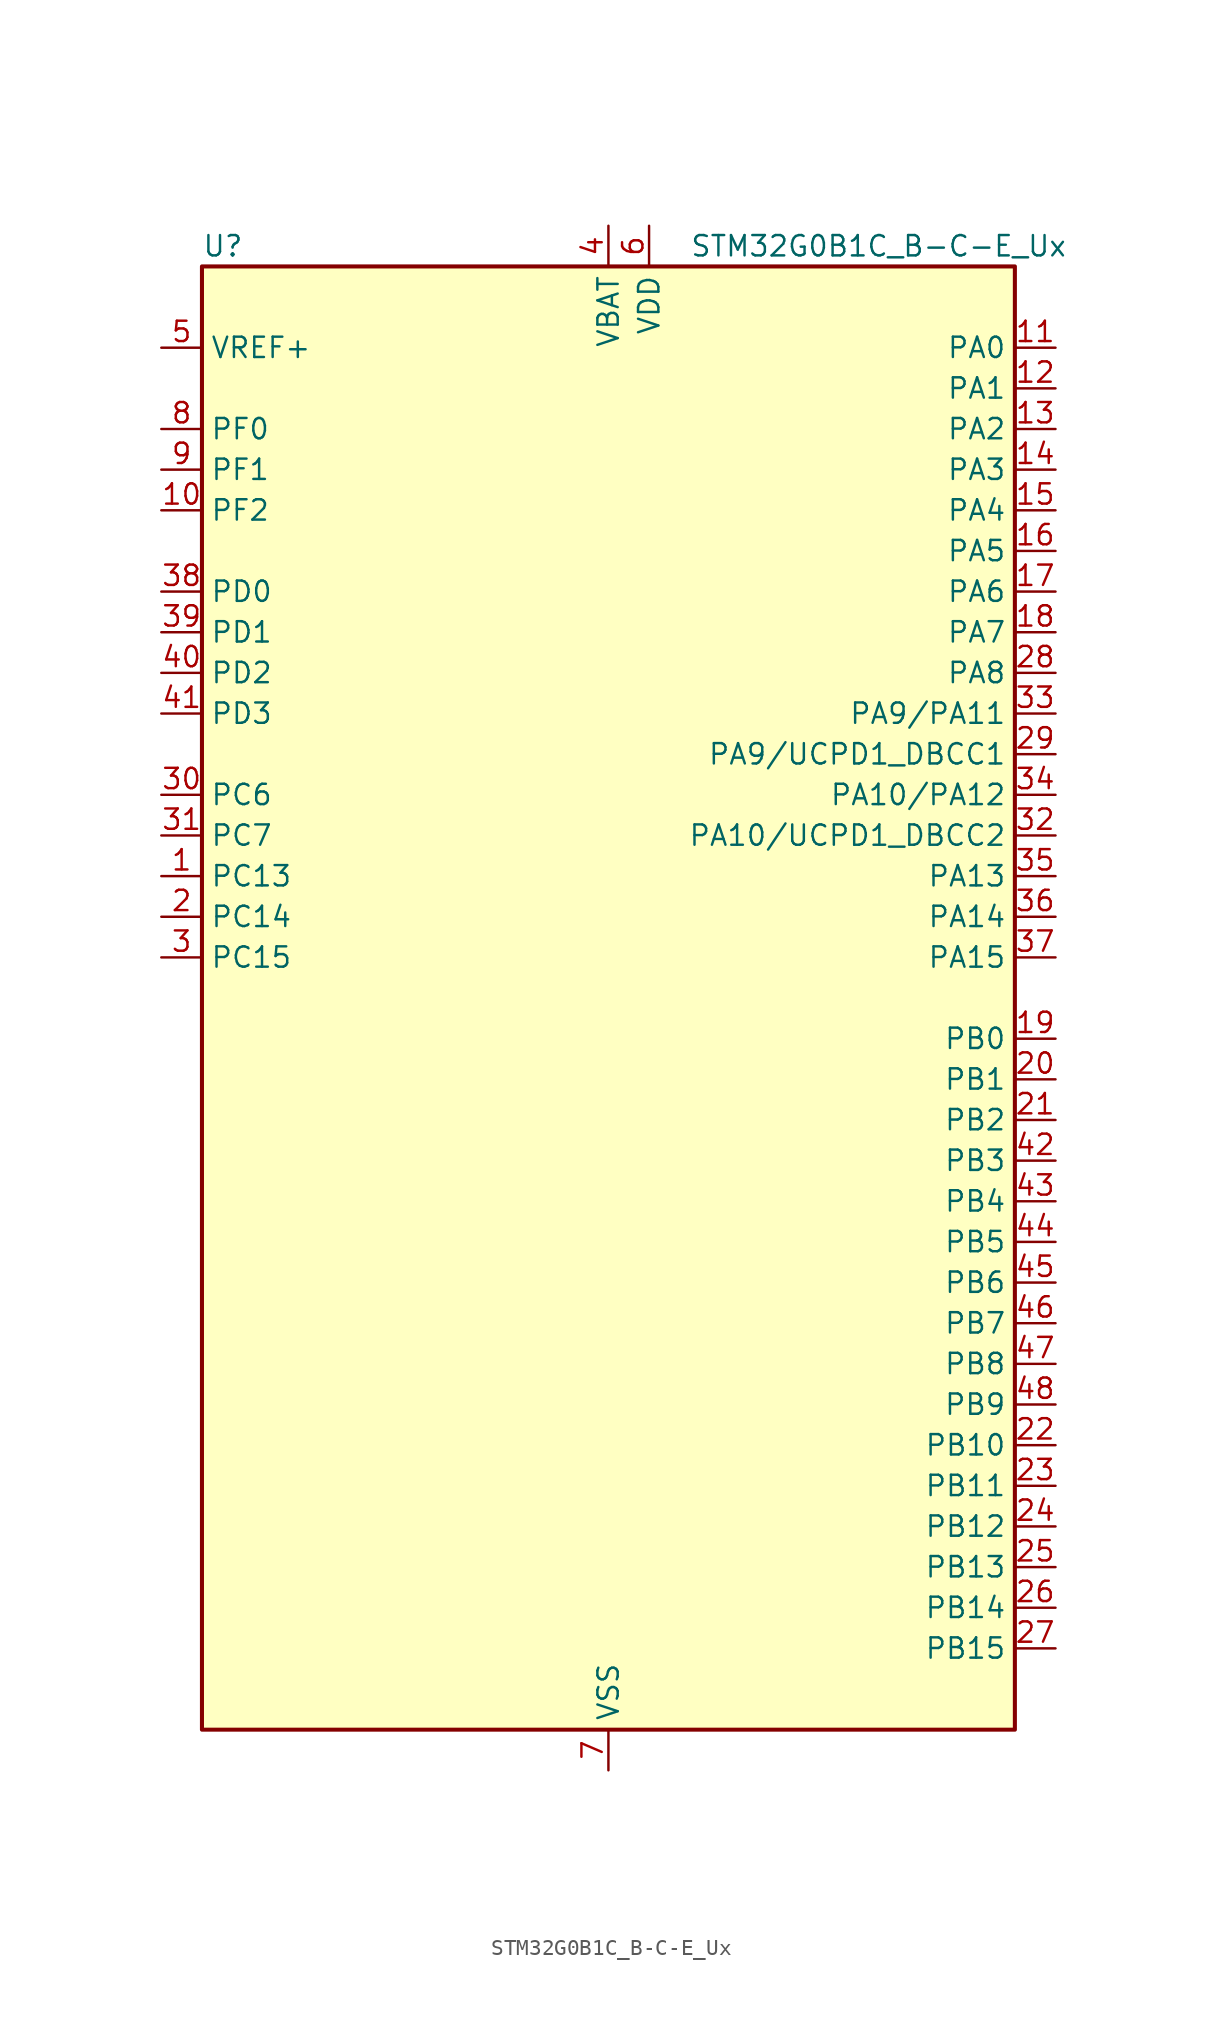
<source format=kicad_sym>
(kicad_symbol_lib
  (version 20231120)
  (generator "kicad-library-utils")
  (generator_version "8.0")
  (symbol "STM32G0B1C_B-C-E_Ux"
    (property "Reference" "U"
      (at -25.4 46.99 0)
      (effects (font (size 1.27 1.27)) (justify left)))
    (property "Value" "STM32G0B1C_B-C-E_Ux"
      (at 5.08 46.99 0)
      (effects (font (size 1.27 1.27)) (justify left)))
    (symbol "STM32G0B1C_B-C-E_Ux_0_1"
      (rectangle (start -25.4 -45.72) (end 25.4 45.72) (stroke (width 0.254) (type default)) (fill (type background))))
    (symbol "STM32G0B1C_B-C-E_Ux_1_1"
      (pin bidirectional line (at -27.94 7.62 0) (length 2.54) (name "PC13" (effects (font (size 1.27 1.27)))) (number "1" (effects (font (size 1.27 1.27)))) (alternate "RTC_OUT1" bidirectional line) (alternate "RTC_TAMP_IN1" bidirectional line) (alternate "RTC_TS" bidirectional line) (alternate "SYS_WKUP2" bidirectional line) (alternate "TIM1_BK" bidirectional line))
      (pin bidirectional line (at -27.94 30.48 0) (length 2.54) (name "PF2" (effects (font (size 1.27 1.27)))) (number "10" (effects (font (size 1.27 1.27)))) (alternate "LPUART2_DE" bidirectional line) (alternate "LPUART2_RTS" bidirectional line) (alternate "LPUART2_TX" bidirectional line) (alternate "RCC_MCO" bidirectional line))
      (pin bidirectional line (at 27.94 40.64 180) (length 2.54) (name "PA0" (effects (font (size 1.27 1.27)))) (number "11" (effects (font (size 1.27 1.27)))) (alternate "ADC1_IN0" bidirectional line) (alternate "COMP1_INM" bidirectional line) (alternate "COMP1_OUT" bidirectional line) (alternate "I2S2_CK" bidirectional line) (alternate "LPTIM1_OUT" bidirectional line) (alternate "RTC_TAMP_IN2" bidirectional line) (alternate "SPI2_SCK" bidirectional line) (alternate "SYS_WKUP1" bidirectional line) (alternate "TIM2_CH1" bidirectional line) (alternate "TIM2_ETR" bidirectional line) (alternate "UCPD2_FRSTX1" bidirectional line) (alternate "UCPD2_FRSTX2" bidirectional line) (alternate "USART2_CTS" bidirectional line) (alternate "USART2_NSS" bidirectional line) (alternate "USART4_TX" bidirectional line))
      (pin bidirectional line (at 27.94 38.1 180) (length 2.54) (name "PA1" (effects (font (size 1.27 1.27)))) (number "12" (effects (font (size 1.27 1.27)))) (alternate "ADC1_IN1" bidirectional line) (alternate "COMP1_INP" bidirectional line) (alternate "I2C1_SMBA" bidirectional line) (alternate "I2S1_CK" bidirectional line) (alternate "SPI1_SCK" bidirectional line) (alternate "TIM15_CH1N" bidirectional line) (alternate "TIM2_CH2" bidirectional line) (alternate "USART2_CK" bidirectional line) (alternate "USART2_DE" bidirectional line) (alternate "USART2_RTS" bidirectional line) (alternate "USART4_RX" bidirectional line))
      (pin bidirectional line (at 27.94 35.56 180) (length 2.54) (name "PA2" (effects (font (size 1.27 1.27)))) (number "13" (effects (font (size 1.27 1.27)))) (alternate "ADC1_IN2" bidirectional line) (alternate "COMP2_INM" bidirectional line) (alternate "COMP2_OUT" bidirectional line) (alternate "I2S1_SD" bidirectional line) (alternate "LPUART1_TX" bidirectional line) (alternate "RCC_LSCO" bidirectional line) (alternate "SPI1_MOSI" bidirectional line) (alternate "SYS_WKUP4" bidirectional line) (alternate "TIM15_CH1" bidirectional line) (alternate "TIM2_CH3" bidirectional line) (alternate "UCPD1_FRSTX1" bidirectional line) (alternate "UCPD1_FRSTX2" bidirectional line) (alternate "USART2_TX" bidirectional line))
      (pin bidirectional line (at 27.94 33.02 180) (length 2.54) (name "PA3" (effects (font (size 1.27 1.27)))) (number "14" (effects (font (size 1.27 1.27)))) (alternate "ADC1_IN3" bidirectional line) (alternate "COMP2_INP" bidirectional line) (alternate "I2S2_MCK" bidirectional line) (alternate "LPUART1_RX" bidirectional line) (alternate "SPI2_MISO" bidirectional line) (alternate "TIM15_CH2" bidirectional line) (alternate "TIM2_CH4" bidirectional line) (alternate "UCPD2_FRSTX1" bidirectional line) (alternate "UCPD2_FRSTX2" bidirectional line) (alternate "USART2_RX" bidirectional line))
      (pin bidirectional line (at 27.94 30.48 180) (length 2.54) (name "PA4" (effects (font (size 1.27 1.27)))) (number "15" (effects (font (size 1.27 1.27)))) (alternate "ADC1_IN4" bidirectional line) (alternate "DAC1_OUT1" bidirectional line) (alternate "I2S1_WS" bidirectional line) (alternate "I2S2_SD" bidirectional line) (alternate "LPTIM2_OUT" bidirectional line) (alternate "RTC_OUT2" bidirectional line) (alternate "SPI1_NSS" bidirectional line) (alternate "SPI2_MOSI" bidirectional line) (alternate "SPI3_NSS" bidirectional line) (alternate "TIM14_CH1" bidirectional line) (alternate "UCPD2_FRSTX1" bidirectional line) (alternate "UCPD2_FRSTX2" bidirectional line) (alternate "USART6_TX" bidirectional line) (alternate "USB_NOE" bidirectional line))
      (pin bidirectional line (at 27.94 27.94 180) (length 2.54) (name "PA5" (effects (font (size 1.27 1.27)))) (number "16" (effects (font (size 1.27 1.27)))) (alternate "ADC1_IN5" bidirectional line) (alternate "CEC" bidirectional line) (alternate "DAC1_OUT2" bidirectional line) (alternate "I2S1_CK" bidirectional line) (alternate "LPTIM2_ETR" bidirectional line) (alternate "SPI1_SCK" bidirectional line) (alternate "TIM2_CH1" bidirectional line) (alternate "TIM2_ETR" bidirectional line) (alternate "UCPD1_FRSTX1" bidirectional line) (alternate "UCPD1_FRSTX2" bidirectional line) (alternate "USART3_TX" bidirectional line) (alternate "USART6_RX" bidirectional line))
      (pin bidirectional line (at 27.94 25.4 180) (length 2.54) (name "PA6" (effects (font (size 1.27 1.27)))) (number "17" (effects (font (size 1.27 1.27)))) (alternate "ADC1_IN6" bidirectional line) (alternate "COMP1_OUT" bidirectional line) (alternate "I2C2_SDA" bidirectional line) (alternate "I2C3_SDA" bidirectional line) (alternate "I2S1_MCK" bidirectional line) (alternate "LPUART1_CTS" bidirectional line) (alternate "SPI1_MISO" bidirectional line) (alternate "TIM16_CH1" bidirectional line) (alternate "TIM1_BK" bidirectional line) (alternate "TIM3_CH1" bidirectional line) (alternate "USART3_CTS" bidirectional line) (alternate "USART3_NSS" bidirectional line) (alternate "USART6_CTS" bidirectional line) (alternate "USART6_NSS" bidirectional line))
      (pin bidirectional line (at 27.94 22.86 180) (length 2.54) (name "PA7" (effects (font (size 1.27 1.27)))) (number "18" (effects (font (size 1.27 1.27)))) (alternate "ADC1_IN7" bidirectional line) (alternate "COMP2_OUT" bidirectional line) (alternate "I2C2_SCL" bidirectional line) (alternate "I2C3_SCL" bidirectional line) (alternate "I2S1_SD" bidirectional line) (alternate "SPI1_MOSI" bidirectional line) (alternate "TIM14_CH1" bidirectional line) (alternate "TIM17_CH1" bidirectional line) (alternate "TIM1_CH1N" bidirectional line) (alternate "TIM3_CH2" bidirectional line) (alternate "UCPD1_FRSTX1" bidirectional line) (alternate "UCPD1_FRSTX2" bidirectional line) (alternate "USART6_CK" bidirectional line) (alternate "USART6_DE" bidirectional line) (alternate "USART6_RTS" bidirectional line))
      (pin bidirectional line (at 27.94 -2.54 180) (length 2.54) (name "PB0" (effects (font (size 1.27 1.27)))) (number "19" (effects (font (size 1.27 1.27)))) (alternate "ADC1_IN8" bidirectional line) (alternate "COMP1_OUT" bidirectional line) (alternate "COMP3_INP" bidirectional line) (alternate "FDCAN2_RX" bidirectional line) (alternate "I2S1_WS" bidirectional line) (alternate "LPTIM1_OUT" bidirectional line) (alternate "LPUART2_CTS" bidirectional line) (alternate "SPI1_NSS" bidirectional line) (alternate "TIM1_CH2N" bidirectional line) (alternate "TIM3_CH3" bidirectional line) (alternate "UCPD1_FRSTX1" bidirectional line) (alternate "UCPD1_FRSTX2" bidirectional line) (alternate "USART3_RX" bidirectional line) (alternate "USART5_TX" bidirectional line))
      (pin bidirectional line (at -27.94 5.08 0) (length 2.54) (name "PC14" (effects (font (size 1.27 1.27)))) (number "2" (effects (font (size 1.27 1.27)))) (alternate "RCC_OSC32_IN" bidirectional line) (alternate "TIM1_BK2" bidirectional line))
      (pin bidirectional line (at 27.94 -5.08 180) (length 2.54) (name "PB1" (effects (font (size 1.27 1.27)))) (number "20" (effects (font (size 1.27 1.27)))) (alternate "ADC1_IN9" bidirectional line) (alternate "COMP1_INM" bidirectional line) (alternate "COMP3_OUT" bidirectional line) (alternate "FDCAN2_TX" bidirectional line) (alternate "LPTIM2_IN1" bidirectional line) (alternate "LPUART1_DE" bidirectional line) (alternate "LPUART1_RTS" bidirectional line) (alternate "LPUART2_DE" bidirectional line) (alternate "LPUART2_RTS" bidirectional line) (alternate "TIM14_CH1" bidirectional line) (alternate "TIM1_CH3N" bidirectional line) (alternate "TIM3_CH4" bidirectional line) (alternate "USART3_CK" bidirectional line) (alternate "USART3_DE" bidirectional line) (alternate "USART3_RTS" bidirectional line) (alternate "USART5_RX" bidirectional line))
      (pin bidirectional line (at 27.94 -7.62 180) (length 2.54) (name "PB2" (effects (font (size 1.27 1.27)))) (number "21" (effects (font (size 1.27 1.27)))) (alternate "ADC1_IN10" bidirectional line) (alternate "COMP1_INP" bidirectional line) (alternate "COMP3_INM" bidirectional line) (alternate "I2S2_MCK" bidirectional line) (alternate "LPTIM1_OUT" bidirectional line) (alternate "RCC_MCO_2" bidirectional line) (alternate "SPI2_MISO" bidirectional line) (alternate "USART3_TX" bidirectional line))
      (pin bidirectional line (at 27.94 -27.94 180) (length 2.54) (name "PB10" (effects (font (size 1.27 1.27)))) (number "22" (effects (font (size 1.27 1.27)))) (alternate "ADC1_IN11" bidirectional line) (alternate "CEC" bidirectional line) (alternate "COMP1_OUT" bidirectional line) (alternate "I2C2_SCL" bidirectional line) (alternate "I2S2_CK" bidirectional line) (alternate "LPUART1_RX" bidirectional line) (alternate "SPI2_SCK" bidirectional line) (alternate "TIM2_CH3" bidirectional line) (alternate "USART3_TX" bidirectional line))
      (pin bidirectional line (at 27.94 -30.48 180) (length 2.54) (name "PB11" (effects (font (size 1.27 1.27)))) (number "23" (effects (font (size 1.27 1.27)))) (alternate "ADC1_EXTI11" bidirectional line) (alternate "ADC1_IN15" bidirectional line) (alternate "COMP2_OUT" bidirectional line) (alternate "I2C2_SDA" bidirectional line) (alternate "I2S2_SD" bidirectional line) (alternate "LPUART1_TX" bidirectional line) (alternate "SPI2_MOSI" bidirectional line) (alternate "TIM2_CH4" bidirectional line) (alternate "USART3_RX" bidirectional line))
      (pin bidirectional line (at 27.94 -33.02 180) (length 2.54) (name "PB12" (effects (font (size 1.27 1.27)))) (number "24" (effects (font (size 1.27 1.27)))) (alternate "ADC1_IN16" bidirectional line) (alternate "FDCAN2_RX" bidirectional line) (alternate "I2C2_SMBA" bidirectional line) (alternate "I2S2_WS" bidirectional line) (alternate "LPUART1_DE" bidirectional line) (alternate "LPUART1_RTS" bidirectional line) (alternate "SPI2_NSS" bidirectional line) (alternate "TIM15_BK" bidirectional line) (alternate "TIM1_BK" bidirectional line) (alternate "UCPD2_FRSTX1" bidirectional line) (alternate "UCPD2_FRSTX2" bidirectional line))
      (pin bidirectional line (at 27.94 -35.56 180) (length 2.54) (name "PB13" (effects (font (size 1.27 1.27)))) (number "25" (effects (font (size 1.27 1.27)))) (alternate "FDCAN2_TX" bidirectional line) (alternate "I2C2_SCL" bidirectional line) (alternate "I2S2_CK" bidirectional line) (alternate "LPUART1_CTS" bidirectional line) (alternate "SPI2_SCK" bidirectional line) (alternate "TIM15_CH1N" bidirectional line) (alternate "TIM1_CH1N" bidirectional line) (alternate "USART3_CTS" bidirectional line) (alternate "USART3_NSS" bidirectional line))
      (pin bidirectional line (at 27.94 -38.1 180) (length 2.54) (name "PB14" (effects (font (size 1.27 1.27)))) (number "26" (effects (font (size 1.27 1.27)))) (alternate "I2C2_SDA" bidirectional line) (alternate "I2S2_MCK" bidirectional line) (alternate "SPI2_MISO" bidirectional line) (alternate "TIM15_CH1" bidirectional line) (alternate "TIM1_CH2N" bidirectional line) (alternate "UCPD1_FRSTX1" bidirectional line) (alternate "UCPD1_FRSTX2" bidirectional line) (alternate "USART3_CK" bidirectional line) (alternate "USART3_DE" bidirectional line) (alternate "USART3_RTS" bidirectional line) (alternate "USART6_CK" bidirectional line) (alternate "USART6_DE" bidirectional line) (alternate "USART6_RTS" bidirectional line))
      (pin bidirectional line (at 27.94 -40.64 180) (length 2.54) (name "PB15" (effects (font (size 1.27 1.27)))) (number "27" (effects (font (size 1.27 1.27)))) (alternate "I2S2_SD" bidirectional line) (alternate "RTC_REFIN" bidirectional line) (alternate "SPI2_MOSI" bidirectional line) (alternate "TIM15_CH1N" bidirectional line) (alternate "TIM15_CH2" bidirectional line) (alternate "TIM1_CH3N" bidirectional line) (alternate "UCPD1_CC2" bidirectional line) (alternate "USART6_CTS" bidirectional line) (alternate "USART6_NSS" bidirectional line))
      (pin bidirectional line (at 27.94 20.32 180) (length 2.54) (name "PA8" (effects (font (size 1.27 1.27)))) (number "28" (effects (font (size 1.27 1.27)))) (alternate "CRS1_SYNC" bidirectional line) (alternate "I2C2_SMBA" bidirectional line) (alternate "I2S2_WS" bidirectional line) (alternate "LPTIM2_OUT" bidirectional line) (alternate "RCC_MCO" bidirectional line) (alternate "SPI2_NSS" bidirectional line) (alternate "TIM1_CH1" bidirectional line) (alternate "UCPD1_CC1" bidirectional line))
      (pin bidirectional line (at 27.94 15.24 180) (length 2.54) (name "PA9/UCPD1_DBCC1" (effects (font (size 1.27 1.27)))) (number "29" (effects (font (size 1.27 1.27)))) (alternate "PA9" bidirectional line) (alternate "DAC1_EXTI9 (PA9)" bidirectional line) (alternate "I2C1_SCL (PA9)" bidirectional line) (alternate "I2C2_SCL (PA9)" bidirectional line) (alternate "I2S2_MCK (PA9)" bidirectional line) (alternate "RCC_MCO (PA9)" bidirectional line) (alternate "SPI2_MISO (PA9)" bidirectional line) (alternate "TIM15_BK (PA9)" bidirectional line) (alternate "TIM1_CH2 (PA9)" bidirectional line) (alternate "UCPD1_DBCC1 (PA9)" bidirectional line) (alternate "USART1_TX (PA9)" bidirectional line) (alternate "UCPD1_DBCC1" bidirectional line) (alternate "UCPD1_DBCC1 (UCPD1_DBCC1)" bidirectional line))
      (pin bidirectional line (at -27.94 2.54 0) (length 2.54) (name "PC15" (effects (font (size 1.27 1.27)))) (number "3" (effects (font (size 1.27 1.27)))) (alternate "RCC_OSC32_EN" bidirectional line) (alternate "RCC_OSC32_OUT" bidirectional line) (alternate "RCC_OSC_EN" bidirectional line) (alternate "TIM15_BK" bidirectional line))
      (pin bidirectional line (at -27.94 12.7 0) (length 2.54) (name "PC6" (effects (font (size 1.27 1.27)))) (number "30" (effects (font (size 1.27 1.27)))) (alternate "LPUART2_TX" bidirectional line) (alternate "TIM2_CH3" bidirectional line) (alternate "TIM3_CH1" bidirectional line) (alternate "UCPD1_FRSTX1" bidirectional line) (alternate "UCPD1_FRSTX2" bidirectional line))
      (pin bidirectional line (at -27.94 10.16 0) (length 2.54) (name "PC7" (effects (font (size 1.27 1.27)))) (number "31" (effects (font (size 1.27 1.27)))) (alternate "LPUART2_RX" bidirectional line) (alternate "TIM2_CH4" bidirectional line) (alternate "TIM3_CH2" bidirectional line) (alternate "UCPD2_FRSTX1" bidirectional line) (alternate "UCPD2_FRSTX2" bidirectional line))
      (pin bidirectional line (at 27.94 10.16 180) (length 2.54) (name "PA10/UCPD1_DBCC2" (effects (font (size 1.27 1.27)))) (number "32" (effects (font (size 1.27 1.27)))) (alternate "PA10" bidirectional line) (alternate "I2C1_SDA (PA10)" bidirectional line) (alternate "I2C2_SDA (PA10)" bidirectional line) (alternate "I2S2_SD (PA10)" bidirectional line) (alternate "RCC_MCO_2 (PA10)" bidirectional line) (alternate "SPI2_MOSI (PA10)" bidirectional line) (alternate "TIM17_BK (PA10)" bidirectional line) (alternate "TIM1_CH3 (PA10)" bidirectional line) (alternate "UCPD1_DBCC2 (PA10)" bidirectional line) (alternate "USART1_RX (PA10)" bidirectional line) (alternate "UCPD1_DBCC2" bidirectional line) (alternate "UCPD1_DBCC2 (UCPD1_DBCC2)" bidirectional line))
      (pin bidirectional line (at 27.94 17.78 180) (length 2.54) (name "PA9/PA11" (effects (font (size 1.27 1.27)))) (number "33" (effects (font (size 1.27 1.27)))) (alternate "PA9" bidirectional line) (alternate "DAC1_EXTI9 (PA9)" bidirectional line) (alternate "I2C1_SCL (PA9)" bidirectional line) (alternate "I2C2_SCL (PA9)" bidirectional line) (alternate "I2S2_MCK (PA9)" bidirectional line) (alternate "RCC_MCO (PA9)" bidirectional line) (alternate "SPI2_MISO (PA9)" bidirectional line) (alternate "TIM15_BK (PA9)" bidirectional line) (alternate "TIM1_CH2 (PA9)" bidirectional line) (alternate "UCPD1_DBCC1 (PA9)" bidirectional line) (alternate "USART1_TX (PA9)" bidirectional line) (alternate "PA11" bidirectional line) (alternate "ADC1_EXTI11 (PA11)" bidirectional line) (alternate "COMP1_OUT (PA11)" bidirectional line) (alternate "FDCAN1_RX (PA11)" bidirectional line) (alternate "I2C2_SCL (PA11)" bidirectional line) (alternate "I2S1_MCK (PA11)" bidirectional line) (alternate "SPI1_MISO (PA11)" bidirectional line) (alternate "TIM1_BK2 (PA11)" bidirectional line) (alternate "TIM1_CH4 (PA11)" bidirectional line) (alternate "USART1_CTS (PA11)" bidirectional line) (alternate "USART1_NSS (PA11)" bidirectional line) (alternate "USB_DM (PA11)" bidirectional line))
      (pin bidirectional line (at 27.94 12.7 180) (length 2.54) (name "PA10/PA12" (effects (font (size 1.27 1.27)))) (number "34" (effects (font (size 1.27 1.27)))) (alternate "PA10" bidirectional line) (alternate "I2C1_SDA (PA10)" bidirectional line) (alternate "I2C2_SDA (PA10)" bidirectional line) (alternate "I2S2_SD (PA10)" bidirectional line) (alternate "RCC_MCO_2 (PA10)" bidirectional line) (alternate "SPI2_MOSI (PA10)" bidirectional line) (alternate "TIM17_BK (PA10)" bidirectional line) (alternate "TIM1_CH3 (PA10)" bidirectional line) (alternate "UCPD1_DBCC2 (PA10)" bidirectional line) (alternate "USART1_RX (PA10)" bidirectional line) (alternate "PA12" bidirectional line) (alternate "COMP2_OUT (PA12)" bidirectional line) (alternate "FDCAN1_TX (PA12)" bidirectional line) (alternate "I2C2_SDA (PA12)" bidirectional line) (alternate "I2S1_SD (PA12)" bidirectional line) (alternate "I2S_CKIN (PA12)" bidirectional line) (alternate "SPI1_MOSI (PA12)" bidirectional line) (alternate "TIM1_ETR (PA12)" bidirectional line) (alternate "USART1_CK (PA12)" bidirectional line) (alternate "USART1_DE (PA12)" bidirectional line) (alternate "USART1_RTS (PA12)" bidirectional line) (alternate "USB_DP (PA12)" bidirectional line))
      (pin bidirectional line (at 27.94 7.62 180) (length 2.54) (name "PA13" (effects (font (size 1.27 1.27)))) (number "35" (effects (font (size 1.27 1.27)))) (alternate "IR_OUT" bidirectional line) (alternate "LPUART2_RX" bidirectional line) (alternate "SYS_SWDIO" bidirectional line) (alternate "USB_NOE" bidirectional line))
      (pin bidirectional line (at 27.94 5.08 180) (length 2.54) (name "PA14" (effects (font (size 1.27 1.27)))) (number "36" (effects (font (size 1.27 1.27)))) (alternate "LPUART2_TX" bidirectional line) (alternate "SYS_SWCLK" bidirectional line) (alternate "USART2_TX" bidirectional line))
      (pin bidirectional line (at 27.94 2.54 180) (length 2.54) (name "PA15" (effects (font (size 1.27 1.27)))) (number "37" (effects (font (size 1.27 1.27)))) (alternate "I2C2_SMBA" bidirectional line) (alternate "I2S1_WS" bidirectional line) (alternate "RCC_MCO_2" bidirectional line) (alternate "SPI1_NSS" bidirectional line) (alternate "SPI3_NSS" bidirectional line) (alternate "TIM2_CH1" bidirectional line) (alternate "TIM2_ETR" bidirectional line) (alternate "USART2_RX" bidirectional line) (alternate "USART3_CK" bidirectional line) (alternate "USART3_DE" bidirectional line) (alternate "USART3_RTS" bidirectional line) (alternate "USART4_CK" bidirectional line) (alternate "USART4_DE" bidirectional line) (alternate "USART4_RTS" bidirectional line) (alternate "USB_NOE" bidirectional line))
      (pin bidirectional line (at -27.94 25.4 0) (length 2.54) (name "PD0" (effects (font (size 1.27 1.27)))) (number "38" (effects (font (size 1.27 1.27)))) (alternate "FDCAN1_RX" bidirectional line) (alternate "I2S2_WS" bidirectional line) (alternate "SPI2_NSS" bidirectional line) (alternate "TIM16_CH1" bidirectional line) (alternate "UCPD2_CC1" bidirectional line))
      (pin bidirectional line (at -27.94 22.86 0) (length 2.54) (name "PD1" (effects (font (size 1.27 1.27)))) (number "39" (effects (font (size 1.27 1.27)))) (alternate "FDCAN1_TX" bidirectional line) (alternate "I2S2_CK" bidirectional line) (alternate "SPI2_SCK" bidirectional line) (alternate "TIM17_CH1" bidirectional line) (alternate "UCPD2_DBCC1" bidirectional line))
      (pin power_in line (at 0 48.26 270) (length 2.54) (name "VBAT" (effects (font (size 1.27 1.27)))) (number "4" (effects (font (size 1.27 1.27)))))
      (pin bidirectional line (at -27.94 20.32 0) (length 2.54) (name "PD2" (effects (font (size 1.27 1.27)))) (number "40" (effects (font (size 1.27 1.27)))) (alternate "TIM1_CH1N" bidirectional line) (alternate "TIM3_ETR" bidirectional line) (alternate "UCPD2_CC2" bidirectional line) (alternate "USART3_CK" bidirectional line) (alternate "USART3_DE" bidirectional line) (alternate "USART3_RTS" bidirectional line) (alternate "USART5_RX" bidirectional line))
      (pin bidirectional line (at -27.94 17.78 0) (length 2.54) (name "PD3" (effects (font (size 1.27 1.27)))) (number "41" (effects (font (size 1.27 1.27)))) (alternate "I2S2_MCK" bidirectional line) (alternate "SPI2_MISO" bidirectional line) (alternate "TIM1_CH2N" bidirectional line) (alternate "UCPD2_DBCC2" bidirectional line) (alternate "USART2_CTS" bidirectional line) (alternate "USART2_NSS" bidirectional line) (alternate "USART5_TX" bidirectional line))
      (pin bidirectional line (at 27.94 -10.16 180) (length 2.54) (name "PB3" (effects (font (size 1.27 1.27)))) (number "42" (effects (font (size 1.27 1.27)))) (alternate "COMP2_INM" bidirectional line) (alternate "I2C2_SCL" bidirectional line) (alternate "I2C3_SCL" bidirectional line) (alternate "I2S1_CK" bidirectional line) (alternate "SPI1_SCK" bidirectional line) (alternate "SPI3_SCK" bidirectional line) (alternate "TIM1_CH2" bidirectional line) (alternate "TIM2_CH2" bidirectional line) (alternate "USART1_CK" bidirectional line) (alternate "USART1_DE" bidirectional line) (alternate "USART1_RTS" bidirectional line) (alternate "USART5_TX" bidirectional line))
      (pin bidirectional line (at 27.94 -12.7 180) (length 2.54) (name "PB4" (effects (font (size 1.27 1.27)))) (number "43" (effects (font (size 1.27 1.27)))) (alternate "COMP2_INP" bidirectional line) (alternate "I2C2_SDA" bidirectional line) (alternate "I2C3_SDA" bidirectional line) (alternate "I2S1_MCK" bidirectional line) (alternate "SPI1_MISO" bidirectional line) (alternate "SPI3_MISO" bidirectional line) (alternate "TIM17_BK" bidirectional line) (alternate "TIM3_CH1" bidirectional line) (alternate "USART1_CTS" bidirectional line) (alternate "USART1_NSS" bidirectional line) (alternate "USART5_RX" bidirectional line))
      (pin bidirectional line (at 27.94 -15.24 180) (length 2.54) (name "PB5" (effects (font (size 1.27 1.27)))) (number "44" (effects (font (size 1.27 1.27)))) (alternate "COMP2_OUT" bidirectional line) (alternate "FDCAN2_RX" bidirectional line) (alternate "I2C1_SMBA" bidirectional line) (alternate "I2S1_SD" bidirectional line) (alternate "LPTIM1_IN1" bidirectional line) (alternate "SPI1_MOSI" bidirectional line) (alternate "SPI3_MOSI" bidirectional line) (alternate "SYS_WKUP6" bidirectional line) (alternate "TIM16_BK" bidirectional line) (alternate "TIM3_CH2" bidirectional line) (alternate "USART5_CK" bidirectional line) (alternate "USART5_DE" bidirectional line) (alternate "USART5_RTS" bidirectional line))
      (pin bidirectional line (at 27.94 -17.78 180) (length 2.54) (name "PB6" (effects (font (size 1.27 1.27)))) (number "45" (effects (font (size 1.27 1.27)))) (alternate "COMP2_INP" bidirectional line) (alternate "FDCAN2_TX" bidirectional line) (alternate "I2C1_SCL" bidirectional line) (alternate "I2S2_MCK" bidirectional line) (alternate "LPTIM1_ETR" bidirectional line) (alternate "LPUART2_TX" bidirectional line) (alternate "SPI2_MISO" bidirectional line) (alternate "TIM16_CH1N" bidirectional line) (alternate "TIM1_CH3" bidirectional line) (alternate "TIM4_CH1" bidirectional line) (alternate "USART1_TX" bidirectional line) (alternate "USART5_CTS" bidirectional line) (alternate "USART5_NSS" bidirectional line))
      (pin bidirectional line (at 27.94 -20.32 180) (length 2.54) (name "PB7" (effects (font (size 1.27 1.27)))) (number "46" (effects (font (size 1.27 1.27)))) (alternate "COMP2_INM" bidirectional line) (alternate "I2C1_SDA" bidirectional line) (alternate "I2S2_SD" bidirectional line) (alternate "LPTIM1_IN2" bidirectional line) (alternate "LPUART2_RX" bidirectional line) (alternate "SPI2_MOSI" bidirectional line) (alternate "SYS_PVD_IN" bidirectional line) (alternate "TIM17_CH1N" bidirectional line) (alternate "TIM4_CH2" bidirectional line) (alternate "USART1_RX" bidirectional line) (alternate "USART4_CTS" bidirectional line) (alternate "USART4_NSS" bidirectional line))
      (pin bidirectional line (at 27.94 -22.86 180) (length 2.54) (name "PB8" (effects (font (size 1.27 1.27)))) (number "47" (effects (font (size 1.27 1.27)))) (alternate "CEC" bidirectional line) (alternate "FDCAN1_RX" bidirectional line) (alternate "I2C1_SCL" bidirectional line) (alternate "I2S2_CK" bidirectional line) (alternate "SPI2_SCK" bidirectional line) (alternate "TIM15_BK" bidirectional line) (alternate "TIM16_CH1" bidirectional line) (alternate "TIM4_CH3" bidirectional line) (alternate "USART3_TX" bidirectional line) (alternate "USART6_TX" bidirectional line))
      (pin bidirectional line (at 27.94 -25.4 180) (length 2.54) (name "PB9" (effects (font (size 1.27 1.27)))) (number "48" (effects (font (size 1.27 1.27)))) (alternate "DAC1_EXTI9" bidirectional line) (alternate "FDCAN1_TX" bidirectional line) (alternate "I2C1_SDA" bidirectional line) (alternate "I2S2_WS" bidirectional line) (alternate "IR_OUT" bidirectional line) (alternate "SPI2_NSS" bidirectional line) (alternate "TIM17_CH1" bidirectional line) (alternate "TIM4_CH4" bidirectional line) (alternate "UCPD2_FRSTX1" bidirectional line) (alternate "UCPD2_FRSTX2" bidirectional line) (alternate "USART3_RX" bidirectional line) (alternate "USART6_RX" bidirectional line))
      (pin passive line (at 0 -48.26 90) (length 2.54) hide (name "VSS" (effects (font (size 1.27 1.27)))) (number "49" (effects (font (size 1.27 1.27)))))
      (pin input line (at -27.94 40.64 0) (length 2.54) (name "VREF+" (effects (font (size 1.27 1.27)))) (number "5" (effects (font (size 1.27 1.27)))) (alternate "VREFBUF_OUT" bidirectional line))
      (pin power_in line (at 2.54 48.26 270) (length 2.54) (name "VDD" (effects (font (size 1.27 1.27)))) (number "6" (effects (font (size 1.27 1.27)))))
      (pin power_in line (at 0 -48.26 90) (length 2.54) (name "VSS" (effects (font (size 1.27 1.27)))) (number "7" (effects (font (size 1.27 1.27)))))
      (pin bidirectional line (at -27.94 35.56 0) (length 2.54) (name "PF0" (effects (font (size 1.27 1.27)))) (number "8" (effects (font (size 1.27 1.27)))) (alternate "CRS1_SYNC" bidirectional line) (alternate "RCC_OSC_IN" bidirectional line) (alternate "TIM14_CH1" bidirectional line))
      (pin bidirectional line (at -27.94 33.02 0) (length 2.54) (name "PF1" (effects (font (size 1.27 1.27)))) (number "9" (effects (font (size 1.27 1.27)))) (alternate "RCC_OSC_EN" bidirectional line) (alternate "RCC_OSC_OUT" bidirectional line) (alternate "TIM15_CH1N" bidirectional line)))))
</source>
